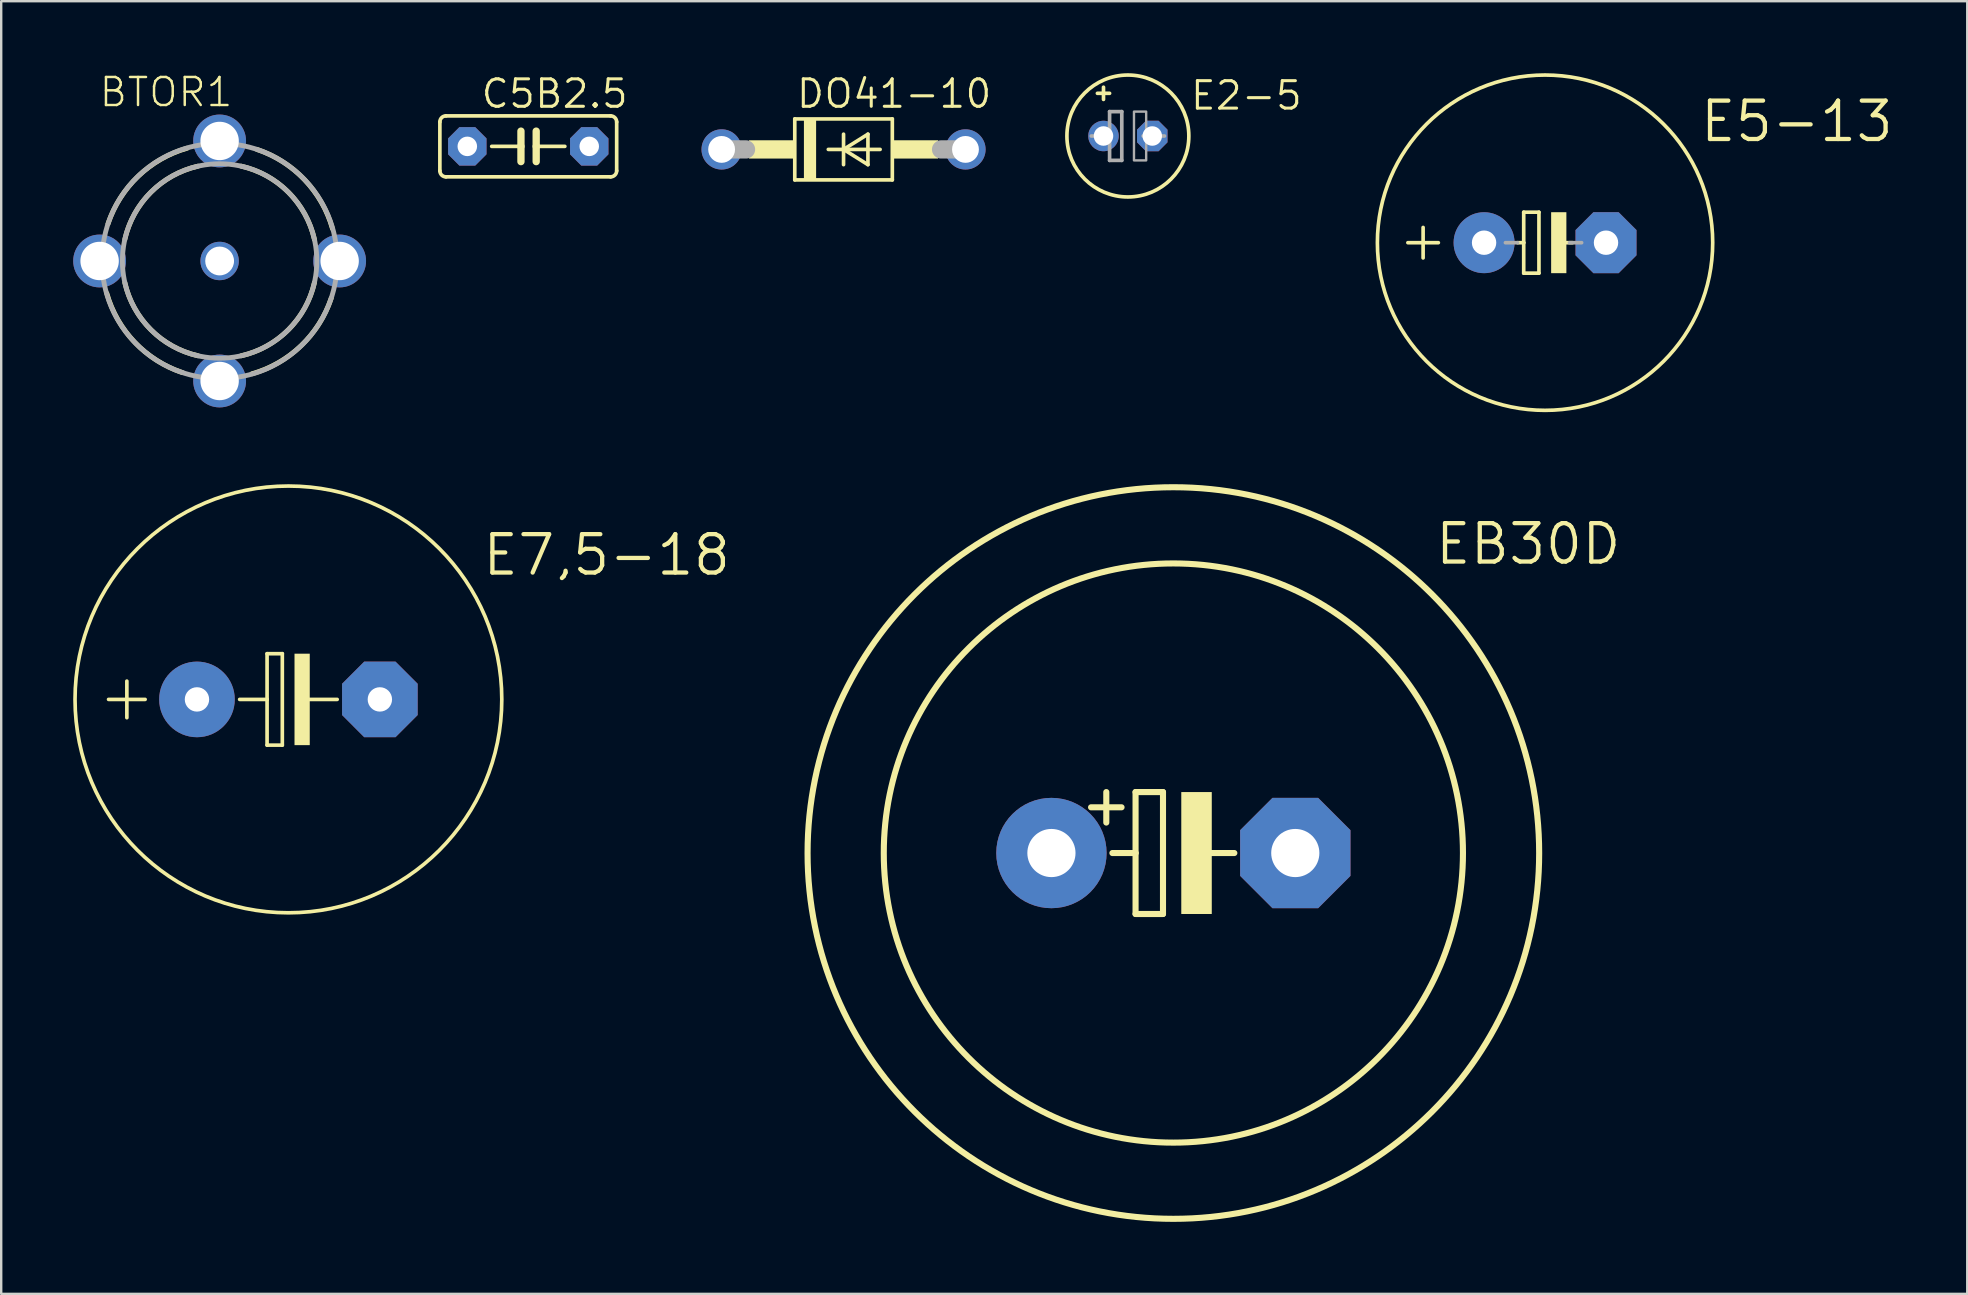
<source format=kicad_pcb>
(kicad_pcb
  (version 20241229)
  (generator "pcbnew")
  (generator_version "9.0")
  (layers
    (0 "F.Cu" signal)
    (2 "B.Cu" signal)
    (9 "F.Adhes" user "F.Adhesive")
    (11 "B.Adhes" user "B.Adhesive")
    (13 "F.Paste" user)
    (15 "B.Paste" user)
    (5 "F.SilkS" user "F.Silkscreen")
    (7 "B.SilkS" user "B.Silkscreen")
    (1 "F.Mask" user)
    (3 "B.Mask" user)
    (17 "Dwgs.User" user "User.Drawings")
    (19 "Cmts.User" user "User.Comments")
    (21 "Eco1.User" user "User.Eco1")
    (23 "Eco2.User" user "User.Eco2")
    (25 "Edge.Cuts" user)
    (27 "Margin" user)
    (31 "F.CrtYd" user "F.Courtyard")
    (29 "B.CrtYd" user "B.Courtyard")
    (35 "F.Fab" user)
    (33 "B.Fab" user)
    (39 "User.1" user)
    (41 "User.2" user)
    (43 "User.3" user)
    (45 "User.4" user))
  (footprint "BTOR1"
    (layer "F.Cu")
    (at 6.1 7.823)
    (property "Reference" "BTOR1" (at -5.08 -6.35 0) (layer "F.SilkS") (effects (font (size 1.168 1.168) (thickness 0.102)) (justify left bottom)))
    (fp_arc (start -4.65 -1.55) (mid -3.39027 -3.533854) (end -1.35 -4.7) (stroke (width 0.2032) (type solid)) (layer "F.SilkS"))
    (fp_arc (start -3.95 -0.9) (mid -2.864655 -2.864655) (end -0.9 -3.95) (stroke (width 0.2032) (type solid)) (layer "F.SilkS"))
    (fp_arc (start -1.55 4.65) (mid -3.533854 3.39027) (end -4.7 1.35) (stroke (width 0.2032) (type solid)) (layer "F.SilkS"))
    (fp_arc (start -0.9 3.95) (mid -2.864655 2.864655) (end -3.95 0.9) (stroke (width 0.2032) (type solid)) (layer "F.SilkS"))
    (fp_arc (start 0.9 -3.95) (mid 2.864655 -2.864655) (end 3.95 -0.9) (stroke (width 0.2032) (type solid)) (layer "F.SilkS"))
    (fp_arc (start 1.55 -4.65) (mid 3.533854 -3.39027) (end 4.7 -1.35) (stroke (width 0.2032) (type solid)) (layer "F.SilkS"))
    (fp_arc (start 3.95 0.9) (mid 2.864655 2.864655) (end 0.9 3.95) (stroke (width 0.2032) (type solid)) (layer "F.SilkS"))
    (fp_arc (start 4.65 1.55) (mid 3.39027 3.533854) (end 1.35 4.7) (stroke (width 0.2032) (type solid)) (layer "F.SilkS"))
    (fp_circle (center 0 0) (end 4.05 0) (stroke (width 0.203) (type solid)) (fill no) (layer "F.Fab"))
    (fp_circle (center 0 0) (end 4.9 0) (stroke (width 0.203) (type solid)) (fill no) (layer "F.Fab"))
    (pad "S" thru_hole circle (at -5 0) (size 2.2 2.2) (drill 1.6) (layers "*.Cu" "*.Mask"))
    (pad "S@1" thru_hole circle (at 0 -5) (size 2.2 2.2) (drill 1.6) (layers "*.Cu" "*.Mask"))
    (pad "S@2" thru_hole circle (at 5 0) (size 2.2 2.2) (drill 1.6) (layers "*.Cu" "*.Mask"))
    (pad "S@3" thru_hole circle (at 0 5) (size 2.2 2.2) (drill 1.6) (layers "*.Cu" "*.Mask"))
    (pad "T" thru_hole circle (at 0 0) (size 1.6 1.6) (drill 1.2) (layers "*.Cu" "*.Mask")))
  (footprint "E5-13"
    (layer "F.Cu")
    (at 61.32 7.061)
    (property "Reference" "E5-13" (at 6.375 -4.115 0) (layer "F.SilkS") (effects (font (size 1.6 1.6) (thickness 0.178)) (justify left bottom)))
    (fp_line (start -5.715 0) (end -4.445 0) (stroke (width 0.152) (type solid)) (layer "F.SilkS"))
    (fp_line (start -5.08 0.635) (end -5.08 -0.635) (stroke (width 0.152) (type solid)) (layer "F.SilkS"))
    (fp_line (start -1.143 0) (end -0.889 0) (stroke (width 0.152) (type solid)) (layer "F.SilkS"))
    (fp_line (start -0.889 -1.27) (end -0.889 0) (stroke (width 0.152) (type solid)) (layer "F.SilkS"))
    (fp_line (start -0.889 0) (end -0.889 1.27) (stroke (width 0.152) (type solid)) (layer "F.SilkS"))
    (fp_line (start -0.889 1.27) (end -0.254 1.27) (stroke (width 0.152) (type solid)) (layer "F.SilkS"))
    (fp_line (start -0.254 -1.27) (end -0.889 -1.27) (stroke (width 0.152) (type solid)) (layer "F.SilkS"))
    (fp_line (start -0.254 1.27) (end -0.254 -1.27) (stroke (width 0.152) (type solid)) (layer "F.SilkS"))
    (fp_line (start 0.635 0) (end 1.143 0) (stroke (width 0.152) (type solid)) (layer "F.SilkS"))
    (fp_circle (center 0 0) (end 6.985 0) (stroke (width 0.152) (type solid)) (fill no) (layer "F.SilkS"))
    (fp_poly (pts (xy 0.254 1.27) (xy 0.889 1.27) (xy 0.889 -1.27) (xy 0.254 -1.27)) (stroke (width 0) (type solid)) (fill yes) (layer "F.SilkS"))
    (fp_line (start -1.651 0) (end -1.143 0) (stroke (width 0.152) (type solid)) (layer "F.Fab"))
    (fp_line (start 1.016 0) (end 1.524 0) (stroke (width 0.152) (type solid)) (layer "F.Fab"))
    (pad "+" thru_hole circle (at -2.54 0) (size 2.54 2.54) (drill 1.016) (layers "*.Cu" "*.Mask"))
    (pad "-" thru_hole roundrect (at 2.54 0) (size 2.54 2.54) (drill 1.016) (layers "*.Cu" "*.Mask") (roundrect_rratio 0.25) (chamfer_ratio 0.293) (chamfer top_left top_right bottom_left bottom_right)))
  (footprint "DO41-10"
    (layer "F.Cu")
    (at 32.094 3.175)
    (property "Reference" "DO41-10" (at -2.032 -1.651 0) (layer "F.SilkS") (effects (font (size 1.143 1.143) (thickness 0.127)) (justify left bottom)))
    (fp_line (start -2.032 -1.27) (end -2.032 1.27) (stroke (width 0.152) (type solid)) (layer "F.SilkS"))
    (fp_line (start -2.032 -1.27) (end 2.032 -1.27) (stroke (width 0.152) (type solid)) (layer "F.SilkS"))
    (fp_line (start -0.635 0) (end 0 0) (stroke (width 0.152) (type solid)) (layer "F.SilkS"))
    (fp_line (start 0 -0.635) (end 0 0) (stroke (width 0.152) (type solid)) (layer "F.SilkS"))
    (fp_line (start 0 0) (end 0 0.635) (stroke (width 0.152) (type solid)) (layer "F.SilkS"))
    (fp_line (start 0 0) (end 1.016 -0.635) (stroke (width 0.152) (type solid)) (layer "F.SilkS"))
    (fp_line (start 0 0) (end 1.524 0) (stroke (width 0.152) (type solid)) (layer "F.SilkS"))
    (fp_line (start 1.016 -0.635) (end 1.016 0.635) (stroke (width 0.152) (type solid)) (layer "F.SilkS"))
    (fp_line (start 1.016 0.635) (end 0 0) (stroke (width 0.152) (type solid)) (layer "F.SilkS"))
    (fp_line (start 2.032 1.27) (end -2.032 1.27) (stroke (width 0.152) (type solid)) (layer "F.SilkS"))
    (fp_line (start 2.032 1.27) (end 2.032 -1.27) (stroke (width 0.152) (type solid)) (layer "F.SilkS"))
    (fp_poly (pts (xy -3.937 0.381) (xy -2.032 0.381) (xy -2.032 -0.381) (xy -3.937 -0.381)) (stroke (width 0) (type solid)) (fill yes) (layer "F.SilkS"))
    (fp_poly (pts (xy -1.651 1.27) (xy -1.143 1.27) (xy -1.143 -1.27) (xy -1.651 -1.27)) (stroke (width 0) (type solid)) (fill yes) (layer "F.SilkS"))
    (fp_poly (pts (xy 2.032 0.381) (xy 3.937 0.381) (xy 3.937 -0.381) (xy 2.032 -0.381)) (stroke (width 0) (type solid)) (fill yes) (layer "F.SilkS"))
    (fp_line (start -5.08 0) (end -4.064 0) (stroke (width 0.762) (type solid)) (layer "F.Fab"))
    (fp_line (start 5.08 0) (end 4.064 0) (stroke (width 0.762) (type solid)) (layer "F.Fab"))
    (pad "A" thru_hole circle (at 5.08 0) (size 1.676 1.676) (drill 1.118) (layers "*.Cu" "*.Mask"))
    (pad "C" thru_hole circle (at -5.08 0) (size 1.676 1.676) (drill 1.118) (layers "*.Cu" "*.Mask")))
  (footprint "EB30D"
    (layer "F.Cu")
    (at 45.835 32.489)
    (property "Reference" "EB30D" (at 10.82 -11.938 0) (layer "F.SilkS") (effects (font (size 1.6 1.6) (thickness 0.178)) (justify left bottom)))
    (fp_line (start -2.794 -2.54) (end -2.794 -1.27) (stroke (width 0.254) (type solid)) (layer "F.SilkS"))
    (fp_line (start -2.54 0) (end -1.575 0) (stroke (width 0.254) (type solid)) (layer "F.SilkS"))
    (fp_line (start -2.159 -1.905) (end -3.429 -1.905) (stroke (width 0.254) (type solid)) (layer "F.SilkS"))
    (fp_line (start -1.575 -2.54) (end -0.432 -2.54) (stroke (width 0.254) (type solid)) (layer "F.SilkS"))
    (fp_line (start -1.575 0) (end -1.575 -2.54) (stroke (width 0.254) (type solid)) (layer "F.SilkS"))
    (fp_line (start -1.575 2.54) (end -1.575 0) (stroke (width 0.254) (type solid)) (layer "F.SilkS"))
    (fp_line (start -0.432 -2.54) (end -0.432 2.54) (stroke (width 0.254) (type solid)) (layer "F.SilkS"))
    (fp_line (start -0.432 2.54) (end -1.575 2.54) (stroke (width 0.254) (type solid)) (layer "F.SilkS"))
    (fp_line (start 0.635 0) (end 2.54 0) (stroke (width 0.254) (type solid)) (layer "F.SilkS"))
    (fp_circle (center 0 0) (end 12.065 0) (stroke (width 0.254) (type solid)) (fill no) (layer "F.SilkS"))
    (fp_circle (center 0 0) (end 15.24 0) (stroke (width 0.254) (type solid)) (fill no) (layer "F.SilkS"))
    (fp_poly (pts (xy 0.33 2.54) (xy 1.6 2.54) (xy 1.6 -2.54) (xy 0.33 -2.54)) (stroke (width 0) (type solid)) (fill yes) (layer "F.SilkS"))
    (pad "+" thru_hole circle (at -5.08 0) (size 4.597 4.597) (drill 2.007) (layers "*.Cu" "*.Mask"))
    (pad "-" thru_hole roundrect (at 5.08 0) (size 4.597 4.597) (drill 2.007) (layers "*.Cu" "*.Mask") (roundrect_rratio 0.25) (chamfer_ratio 0.293) (chamfer top_left top_right bottom_left bottom_right)))
  (footprint "E7,5-18"
    (layer "F.Cu")
    (at 8.966 26.089)
    (property "Reference" "E7,5-18" (at 8.001 -5.08 0) (layer "F.SilkS") (effects (font (size 1.6 1.6) (thickness 0.178)) (justify left bottom)))
    (fp_line (start -7.493 0) (end -5.969 0) (stroke (width 0.152) (type solid)) (layer "F.SilkS"))
    (fp_line (start -6.731 0.762) (end -6.731 -0.762) (stroke (width 0.152) (type solid)) (layer "F.SilkS"))
    (fp_line (start -0.889 -1.905) (end -0.889 0) (stroke (width 0.152) (type solid)) (layer "F.SilkS"))
    (fp_line (start -0.889 0) (end -2.032 0) (stroke (width 0.152) (type solid)) (layer "F.SilkS"))
    (fp_line (start -0.889 0) (end -0.889 1.905) (stroke (width 0.152) (type solid)) (layer "F.SilkS"))
    (fp_line (start -0.889 1.905) (end -0.254 1.905) (stroke (width 0.152) (type solid)) (layer "F.SilkS"))
    (fp_line (start -0.254 -1.905) (end -0.889 -1.905) (stroke (width 0.152) (type solid)) (layer "F.SilkS"))
    (fp_line (start -0.254 1.905) (end -0.254 -1.905) (stroke (width 0.152) (type solid)) (layer "F.SilkS"))
    (fp_line (start 0.635 0) (end 2.032 0) (stroke (width 0.152) (type solid)) (layer "F.SilkS"))
    (fp_circle (center 0 0) (end 8.89 0) (stroke (width 0.152) (type solid)) (fill no) (layer "F.SilkS"))
    (fp_poly (pts (xy 0.254 1.905) (xy 0.889 1.905) (xy 0.889 -1.905) (xy 0.254 -1.905)) (stroke (width 0) (type solid)) (fill yes) (layer "F.SilkS"))
    (pad "+" thru_hole circle (at -3.81 0) (size 3.15 3.15) (drill 1.016) (layers "*.Cu" "*.Mask"))
    (pad "-" thru_hole roundrect (at 3.81 0) (size 3.15 3.15) (drill 1.016) (layers "*.Cu" "*.Mask") (roundrect_rratio 0.25) (chamfer_ratio 0.293) (chamfer top_left top_right bottom_left bottom_right)))
  (footprint "E2-5"
    (layer "F.Cu")
    (at 43.94 2.616)
    (property "Reference" "E2-5" (at 2.54 -1.016 0) (layer "F.SilkS") (effects (font (size 1.143 1.143) (thickness 0.127)) (justify left bottom)))
    (fp_line (start -1.27 -1.778) (end -0.762 -1.778) (stroke (width 0.152) (type solid)) (layer "F.SilkS"))
    (fp_line (start -1.016 -1.524) (end -1.016 -2.032) (stroke (width 0.152) (type solid)) (layer "F.SilkS"))
    (fp_circle (center 0 0) (end 2.54 0) (stroke (width 0.152) (type solid)) (fill no) (layer "F.SilkS"))
    (fp_line (start -1.524 0) (end -0.762 0) (stroke (width 0.152) (type solid)) (layer "F.Fab"))
    (fp_line (start -0.762 -1.016) (end -0.762 0) (stroke (width 0.152) (type solid)) (layer "F.Fab"))
    (fp_line (start -0.762 0) (end -0.762 1.016) (stroke (width 0.152) (type solid)) (layer "F.Fab"))
    (fp_line (start -0.762 1.016) (end -0.254 1.016) (stroke (width 0.152) (type solid)) (layer "F.Fab"))
    (fp_line (start -0.254 -1.016) (end -0.762 -1.016) (stroke (width 0.152) (type solid)) (layer "F.Fab"))
    (fp_line (start -0.254 1.016) (end -0.254 -1.016) (stroke (width 0.152) (type solid)) (layer "F.Fab"))
    (fp_line (start 0.635 0) (end 1.524 0) (stroke (width 0.152) (type solid)) (layer "F.Fab"))
    (fp_poly (pts (xy 0.254 1.016) (xy 0.762 1.016) (xy 0.762 -1.016) (xy 0.254 -1.016)) (stroke (width 0.1) (type solid)) (fill no) (layer "F.Fab"))
    (pad "+" thru_hole circle (at -1.016 0) (size 1.27 1.27) (drill 0.813) (layers "*.Cu" "*.Mask"))
    (pad "-" thru_hole roundrect (at 1.016 0) (size 1.27 1.27) (drill 0.813) (layers "*.Cu" "*.Mask") (roundrect_rratio 0.25) (chamfer_ratio 0.293) (chamfer top_left top_right bottom_left bottom_right)))
  (footprint "C5B2.5"
    (layer "F.Cu")
    (at 18.959 3.048)
    (property "Reference" "C5B2.5" (at -2.032 -1.524 0) (layer "F.SilkS") (effects (font (size 1.143 1.143) (thickness 0.127)) (justify left bottom)))
    (fp_line (start -3.683 -1.016) (end -3.683 1.016) (stroke (width 0.152) (type solid)) (layer "F.SilkS"))
    (fp_line (start -3.429 1.27) (end 3.429 1.27) (stroke (width 0.152) (type solid)) (layer "F.SilkS"))
    (fp_line (start -0.305 -0.635) (end -0.305 0) (stroke (width 0.305) (type solid)) (layer "F.SilkS"))
    (fp_line (start -0.305 0) (end -1.524 0) (stroke (width 0.152) (type solid)) (layer "F.SilkS"))
    (fp_line (start -0.305 0) (end -0.305 0.635) (stroke (width 0.305) (type solid)) (layer "F.SilkS"))
    (fp_line (start 0.33 -0.635) (end 0.33 0) (stroke (width 0.305) (type solid)) (layer "F.SilkS"))
    (fp_line (start 0.33 0) (end 0.33 0.635) (stroke (width 0.305) (type solid)) (layer "F.SilkS"))
    (fp_line (start 0.33 0) (end 1.524 0) (stroke (width 0.152) (type solid)) (layer "F.SilkS"))
    (fp_line (start 3.429 -1.27) (end -3.429 -1.27) (stroke (width 0.152) (type solid)) (layer "F.SilkS"))
    (fp_line (start 3.683 1.016) (end 3.683 -1.016) (stroke (width 0.152) (type solid)) (layer "F.SilkS"))
    (fp_arc (start -3.683 -1.016) (mid -3.608605 -1.195605) (end -3.429 -1.27) (stroke (width 0.1524) (type solid)) (layer "F.SilkS"))
    (fp_arc (start -3.429 1.27) (mid -3.608605 1.195605) (end -3.683 1.016) (stroke (width 0.1524) (type solid)) (layer "F.SilkS"))
    (fp_arc (start 3.429 -1.27) (mid 3.608605 -1.195605) (end 3.683 -1.016) (stroke (width 0.1524) (type solid)) (layer "F.SilkS"))
    (fp_arc (start 3.683 1.016) (mid 3.608605 1.195605) (end 3.429 1.27) (stroke (width 0.1524) (type solid)) (layer "F.SilkS"))
    (pad "1" thru_hole roundrect (at -2.54 0) (size 1.6 1.6) (drill 0.813) (layers "*.Cu" "*.Mask") (roundrect_rratio 0.25) (chamfer_ratio 0.293) (chamfer top_left top_right bottom_left bottom_right))
    (pad "2" thru_hole roundrect (at 2.54 0) (size 1.6 1.6) (drill 0.813) (layers "*.Cu" "*.Mask") (roundrect_rratio 0.25) (chamfer_ratio 0.293) (chamfer top_left top_right bottom_left bottom_right)))
  (gr_rect
    (start -3 -3)
    (end 78.91 50.856)
    (stroke (width 0.1) (type default))
    (fill no)
    (layer "Edge.Cuts")))
</source>
